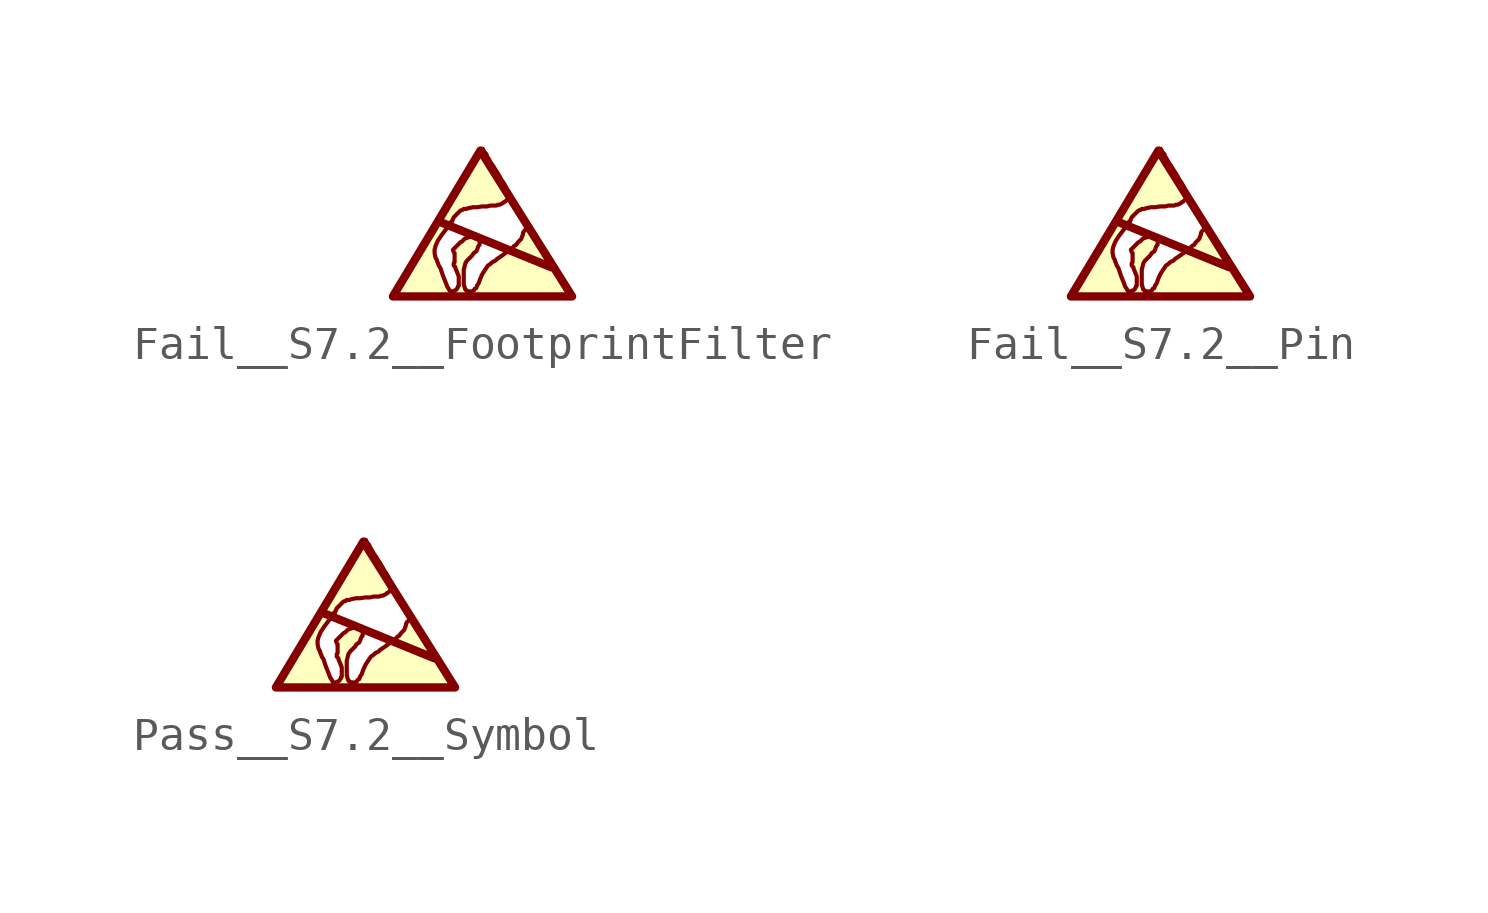
<source format=kicad_sym>
(kicad_symbol_lib
  (version 20231120)
  (generator "kicad_symbol_editor")
  (generator_version "8.0")
  (symbol "Fail__S7.2__FootprintFilter"
    (pin_names
      (offset 1.016))
    (property "Reference" "#SYM"
      (at 0 3.556 0)
      (effects (font (size 1.27 1.27)) (hide yes)))
    (symbol "Fail__S7.2__FootprintFilter_0_0"
      (polyline (pts (xy -1.27 0.381) (xy 2.159 -1.016)) (stroke (width 0.254) (type default)) (fill (type none)))
      (polyline (pts (xy -2.667 -1.905) (xy 2.794 -1.905) (xy 0 2.54) (xy -2.667 -1.905)) (stroke (width 0.254) (type default)) (fill (type none)))
      (polyline (pts (xy 2.743 -1.905) (xy 2.718 -1.88) (xy 2.616 -1.676) (xy 2.565 -1.6) (xy 2.489 -1.499) (xy 2.438 -1.372) (xy 1.753 -0.229) (xy 1.702 -0.127) (xy 1.626 -0.051) (xy 1.6 0.051) (xy 1.549 0.102) (xy 1.499 0.203) (xy 1.473 0.229) (xy 1.473 0.203) (xy 1.448 0.203) (xy 1.321 0.076) (xy 1.295 0.025) (xy 1.295 -0.025) (xy 1.27 -0.076) (xy 1.245 -0.152) (xy 1.143 -0.254) (xy 1.092 -0.33) (xy 1.041 -0.356) (xy 0.914 -0.483) (xy 0.762 -0.584) (xy 0.66 -0.66) (xy 0.508 -0.762) (xy 0.457 -0.813) (xy 0.356 -0.864) (xy 0.305 -0.914) (xy 0.229 -0.965) (xy 0.076 -1.194) (xy 0.025 -1.295) (xy -0.025 -1.422) (xy -0.051 -1.499) (xy -0.102 -1.575) (xy -0.127 -1.651) (xy -0.178 -1.676) (xy -0.203 -1.727) (xy -0.254 -1.753) (xy -0.406 -1.753) (xy -0.406 -1.727) (xy -0.457 -1.702) (xy -0.483 -1.626) (xy -0.508 -1.524) (xy -0.508 -1.092) (xy -0.457 -0.889) (xy -0.406 -0.813) (xy -0.254 -0.66) (xy -0.203 -0.584) (xy -0.127 -0.533) (xy -0.102 -0.483) (xy -0.076 -0.406) (xy -0.051 -0.356) (xy -0.025 -0.33) (xy -0.025 -0.279) (xy 0 -0.229) (xy -0.076 -0.152) (xy -0.127 -0.127) (xy -0.152 -0.076) (xy -0.203 -0.051) (xy -0.229 -0.025) (xy -0.254 -0.025) (xy -0.305 -0.076) (xy -0.356 -0.102) (xy -0.432 -0.127) (xy -0.483 -0.152) (xy -0.559 -0.229) (xy -0.61 -0.254) (xy -0.838 -0.483) (xy -0.813 -0.559) (xy -0.787 -0.584) (xy -0.787 -0.864) (xy -0.813 -0.889) (xy -0.813 -0.965) (xy -0.762 -1.016) (xy -0.762 -1.041) (xy -0.66 -1.295) (xy -0.66 -1.575) (xy -0.686 -1.6) (xy -0.686 -1.626) (xy -0.737 -1.702) (xy -0.838 -1.753) (xy -0.914 -1.753) (xy -0.94 -1.727) (xy -0.965 -1.676) (xy -1.016 -1.6) (xy -1.041 -1.524) (xy -1.143 -1.27) (xy -1.219 -1.041) (xy -1.27 -0.965) (xy -1.295 -0.889) (xy -1.321 -0.838) (xy -1.321 -0.813) (xy -1.372 -0.711) (xy -1.397 -0.584) (xy -1.397 -0.483) (xy -1.372 -0.381) (xy -1.321 -0.254) (xy -1.295 -0.203) (xy -1.194 -0.051) (xy -1.041 0.152) (xy -0.991 0.203) (xy -0.965 0.254) (xy -0.914 0.33) (xy -0.889 0.381) (xy -0.864 0.381) (xy -0.813 0.508) (xy -0.61 0.711) (xy -0.533 0.737) (xy -0.508 0.762) (xy -0.432 0.762) (xy -0.356 0.787) (xy -0.229 0.813) (xy -0.102 0.813) (xy 0.051 0.838) (xy 0.203 0.838) (xy 0.305 0.864) (xy 0.483 0.864) (xy 0.533 0.889) (xy 0.584 0.889) (xy 0.686 0.94) (xy 0.711 0.965) (xy 0.762 0.991) (xy 0.813 1.041) (xy 0.864 1.067) (xy 0.889 1.118) (xy 0.914 1.143) (xy 0.914 1.194) (xy 0.889 1.219) (xy 0.864 1.27) (xy 0.813 1.346) (xy 0.711 1.549) (xy 0.635 1.651) (xy 0.584 1.753) (xy 0.508 1.88) (xy 0.457 1.956) (xy 0.381 2.083) (xy 0.305 2.184) (xy 0.254 2.286) (xy 0.203 2.362) (xy 0.178 2.438) (xy 0.102 2.515) (xy 0.102 2.54) (xy 0.076 2.565) (xy 0.076 2.591) (xy 0.025 2.591) (xy 0.025 2.565) (xy -0.025 2.515) (xy -0.102 2.362) (xy -0.254 2.134) (xy -0.305 2.032) (xy -0.457 1.778) (xy -0.559 1.626) (xy -0.762 1.27) (xy -0.889 1.067) (xy -1.016 0.838) (xy -1.168 0.61) (xy -1.321 0.33) (xy -1.397 0.203) (xy -1.524 -0.025) (xy -1.778 -0.432) (xy -1.88 -0.635) (xy -2.007 -0.813) (xy -2.108 -0.991) (xy -2.21 -1.143) (xy -2.286 -1.295) (xy -2.438 -1.549) (xy -2.489 -1.651) (xy -2.565 -1.753) (xy -2.591 -1.829) (xy -2.616 -1.88) (xy -2.642 -1.905) (xy -2.642 -1.93) (xy 2.743 -1.93) (xy 2.743 -1.905)) (stroke (width 0.127) (type default)) (fill (type background)))))
  (symbol "Fail__S7.2__Pin"
    (pin_names
      (offset 1.016))
    (property "Reference" "#SYM"
      (at 0 3.556 0)
      (effects (font (size 1.27 1.27)) (hide yes)))
    (symbol "Fail__S7.2__Pin_0_0"
      (polyline (pts (xy -1.27 0.381) (xy 2.159 -1.016)) (stroke (width 0.254) (type default)) (fill (type none)))
      (polyline (pts (xy -2.667 -1.905) (xy 2.794 -1.905) (xy 0 2.54) (xy -2.667 -1.905)) (stroke (width 0.254) (type default)) (fill (type none)))
      (polyline (pts (xy 2.743 -1.905) (xy 2.718 -1.88) (xy 2.616 -1.676) (xy 2.565 -1.6) (xy 2.489 -1.499) (xy 2.438 -1.372) (xy 1.753 -0.229) (xy 1.702 -0.127) (xy 1.626 -0.051) (xy 1.6 0.051) (xy 1.549 0.102) (xy 1.499 0.203) (xy 1.473 0.229) (xy 1.473 0.203) (xy 1.448 0.203) (xy 1.321 0.076) (xy 1.295 0.025) (xy 1.295 -0.025) (xy 1.27 -0.076) (xy 1.245 -0.152) (xy 1.143 -0.254) (xy 1.092 -0.33) (xy 1.041 -0.356) (xy 0.914 -0.483) (xy 0.762 -0.584) (xy 0.66 -0.66) (xy 0.508 -0.762) (xy 0.457 -0.813) (xy 0.356 -0.864) (xy 0.305 -0.914) (xy 0.229 -0.965) (xy 0.076 -1.194) (xy 0.025 -1.295) (xy -0.025 -1.422) (xy -0.051 -1.499) (xy -0.102 -1.575) (xy -0.127 -1.651) (xy -0.178 -1.676) (xy -0.203 -1.727) (xy -0.254 -1.753) (xy -0.406 -1.753) (xy -0.406 -1.727) (xy -0.457 -1.702) (xy -0.483 -1.626) (xy -0.508 -1.524) (xy -0.508 -1.092) (xy -0.457 -0.889) (xy -0.406 -0.813) (xy -0.254 -0.66) (xy -0.203 -0.584) (xy -0.127 -0.533) (xy -0.102 -0.483) (xy -0.076 -0.406) (xy -0.051 -0.356) (xy -0.025 -0.33) (xy -0.025 -0.279) (xy 0 -0.229) (xy -0.076 -0.152) (xy -0.127 -0.127) (xy -0.152 -0.076) (xy -0.203 -0.051) (xy -0.229 -0.025) (xy -0.254 -0.025) (xy -0.305 -0.076) (xy -0.356 -0.102) (xy -0.432 -0.127) (xy -0.483 -0.152) (xy -0.559 -0.229) (xy -0.61 -0.254) (xy -0.838 -0.483) (xy -0.813 -0.559) (xy -0.787 -0.584) (xy -0.787 -0.864) (xy -0.813 -0.889) (xy -0.813 -0.965) (xy -0.762 -1.016) (xy -0.762 -1.041) (xy -0.66 -1.295) (xy -0.66 -1.575) (xy -0.686 -1.6) (xy -0.686 -1.626) (xy -0.737 -1.702) (xy -0.838 -1.753) (xy -0.914 -1.753) (xy -0.94 -1.727) (xy -0.965 -1.676) (xy -1.016 -1.6) (xy -1.041 -1.524) (xy -1.143 -1.27) (xy -1.219 -1.041) (xy -1.27 -0.965) (xy -1.295 -0.889) (xy -1.321 -0.838) (xy -1.321 -0.813) (xy -1.372 -0.711) (xy -1.397 -0.584) (xy -1.397 -0.483) (xy -1.372 -0.381) (xy -1.321 -0.254) (xy -1.295 -0.203) (xy -1.194 -0.051) (xy -1.041 0.152) (xy -0.991 0.203) (xy -0.965 0.254) (xy -0.914 0.33) (xy -0.889 0.381) (xy -0.864 0.381) (xy -0.813 0.508) (xy -0.61 0.711) (xy -0.533 0.737) (xy -0.508 0.762) (xy -0.432 0.762) (xy -0.356 0.787) (xy -0.229 0.813) (xy -0.102 0.813) (xy 0.051 0.838) (xy 0.203 0.838) (xy 0.305 0.864) (xy 0.483 0.864) (xy 0.533 0.889) (xy 0.584 0.889) (xy 0.686 0.94) (xy 0.711 0.965) (xy 0.762 0.991) (xy 0.813 1.041) (xy 0.864 1.067) (xy 0.889 1.118) (xy 0.914 1.143) (xy 0.914 1.194) (xy 0.889 1.219) (xy 0.864 1.27) (xy 0.813 1.346) (xy 0.711 1.549) (xy 0.635 1.651) (xy 0.584 1.753) (xy 0.508 1.88) (xy 0.457 1.956) (xy 0.381 2.083) (xy 0.305 2.184) (xy 0.254 2.286) (xy 0.203 2.362) (xy 0.178 2.438) (xy 0.102 2.515) (xy 0.102 2.54) (xy 0.076 2.565) (xy 0.076 2.591) (xy 0.025 2.591) (xy 0.025 2.565) (xy -0.025 2.515) (xy -0.102 2.362) (xy -0.254 2.134) (xy -0.305 2.032) (xy -0.457 1.778) (xy -0.559 1.626) (xy -0.762 1.27) (xy -0.889 1.067) (xy -1.016 0.838) (xy -1.168 0.61) (xy -1.321 0.33) (xy -1.397 0.203) (xy -1.524 -0.025) (xy -1.778 -0.432) (xy -1.88 -0.635) (xy -2.007 -0.813) (xy -2.108 -0.991) (xy -2.21 -1.143) (xy -2.286 -1.295) (xy -2.438 -1.549) (xy -2.489 -1.651) (xy -2.565 -1.753) (xy -2.591 -1.829) (xy -2.616 -1.88) (xy -2.642 -1.905) (xy -2.642 -1.93) (xy 2.743 -1.93) (xy 2.743 -1.905)) (stroke (width 0.127) (type default)) (fill (type background))))
    (symbol "Fail__S7.2__Pin_1_1"
      (pin power_in line (at 0 0 90) (length 0) hide (name "A" (effects (font (size 1.27 1.27)))) (number "1" (effects (font (size 1.27 1.27)))))))
  (symbol "Pass__S7.2__Symbol"
    (pin_names
      (offset 1.016))
    (property "Reference" "#SYM"
      (at 0 3.556 0)
      (effects (font (size 1.27 1.27)) (hide yes)))
    (symbol "Pass__S7.2__Symbol_0_0"
      (polyline (pts (xy -1.27 0.381) (xy 2.159 -1.016)) (stroke (width 0.254) (type default)) (fill (type none)))
      (polyline (pts (xy -2.667 -1.905) (xy 2.794 -1.905) (xy 0 2.54) (xy -2.667 -1.905)) (stroke (width 0.254) (type default)) (fill (type none)))
      (polyline (pts (xy 2.743 -1.905) (xy 2.718 -1.88) (xy 2.616 -1.676) (xy 2.565 -1.6) (xy 2.489 -1.499) (xy 2.438 -1.372) (xy 1.753 -0.229) (xy 1.702 -0.127) (xy 1.626 -0.051) (xy 1.6 0.051) (xy 1.549 0.102) (xy 1.499 0.203) (xy 1.473 0.229) (xy 1.473 0.203) (xy 1.448 0.203) (xy 1.321 0.076) (xy 1.295 0.025) (xy 1.295 -0.025) (xy 1.27 -0.076) (xy 1.245 -0.152) (xy 1.143 -0.254) (xy 1.092 -0.33) (xy 1.041 -0.356) (xy 0.914 -0.483) (xy 0.762 -0.584) (xy 0.66 -0.66) (xy 0.508 -0.762) (xy 0.457 -0.813) (xy 0.356 -0.864) (xy 0.305 -0.914) (xy 0.229 -0.965) (xy 0.076 -1.194) (xy 0.025 -1.295) (xy -0.025 -1.422) (xy -0.051 -1.499) (xy -0.102 -1.575) (xy -0.127 -1.651) (xy -0.178 -1.676) (xy -0.203 -1.727) (xy -0.254 -1.753) (xy -0.406 -1.753) (xy -0.406 -1.727) (xy -0.457 -1.702) (xy -0.483 -1.626) (xy -0.508 -1.524) (xy -0.508 -1.092) (xy -0.457 -0.889) (xy -0.406 -0.813) (xy -0.254 -0.66) (xy -0.203 -0.584) (xy -0.127 -0.533) (xy -0.102 -0.483) (xy -0.076 -0.406) (xy -0.051 -0.356) (xy -0.025 -0.33) (xy -0.025 -0.279) (xy 0 -0.229) (xy -0.076 -0.152) (xy -0.127 -0.127) (xy -0.152 -0.076) (xy -0.203 -0.051) (xy -0.229 -0.025) (xy -0.254 -0.025) (xy -0.305 -0.076) (xy -0.356 -0.102) (xy -0.432 -0.127) (xy -0.483 -0.152) (xy -0.559 -0.229) (xy -0.61 -0.254) (xy -0.838 -0.483) (xy -0.813 -0.559) (xy -0.787 -0.584) (xy -0.787 -0.864) (xy -0.813 -0.889) (xy -0.813 -0.965) (xy -0.762 -1.016) (xy -0.762 -1.041) (xy -0.66 -1.295) (xy -0.66 -1.575) (xy -0.686 -1.6) (xy -0.686 -1.626) (xy -0.737 -1.702) (xy -0.838 -1.753) (xy -0.914 -1.753) (xy -0.94 -1.727) (xy -0.965 -1.676) (xy -1.016 -1.6) (xy -1.041 -1.524) (xy -1.143 -1.27) (xy -1.219 -1.041) (xy -1.27 -0.965) (xy -1.295 -0.889) (xy -1.321 -0.838) (xy -1.321 -0.813) (xy -1.372 -0.711) (xy -1.397 -0.584) (xy -1.397 -0.483) (xy -1.372 -0.381) (xy -1.321 -0.254) (xy -1.295 -0.203) (xy -1.194 -0.051) (xy -1.041 0.152) (xy -0.991 0.203) (xy -0.965 0.254) (xy -0.914 0.33) (xy -0.889 0.381) (xy -0.864 0.381) (xy -0.813 0.508) (xy -0.61 0.711) (xy -0.533 0.737) (xy -0.508 0.762) (xy -0.432 0.762) (xy -0.356 0.787) (xy -0.229 0.813) (xy -0.102 0.813) (xy 0.051 0.838) (xy 0.203 0.838) (xy 0.305 0.864) (xy 0.483 0.864) (xy 0.533 0.889) (xy 0.584 0.889) (xy 0.686 0.94) (xy 0.711 0.965) (xy 0.762 0.991) (xy 0.813 1.041) (xy 0.864 1.067) (xy 0.889 1.118) (xy 0.914 1.143) (xy 0.914 1.194) (xy 0.889 1.219) (xy 0.864 1.27) (xy 0.813 1.346) (xy 0.711 1.549) (xy 0.635 1.651) (xy 0.584 1.753) (xy 0.508 1.88) (xy 0.457 1.956) (xy 0.381 2.083) (xy 0.305 2.184) (xy 0.254 2.286) (xy 0.203 2.362) (xy 0.178 2.438) (xy 0.102 2.515) (xy 0.102 2.54) (xy 0.076 2.565) (xy 0.076 2.591) (xy 0.025 2.591) (xy 0.025 2.565) (xy -0.025 2.515) (xy -0.102 2.362) (xy -0.254 2.134) (xy -0.305 2.032) (xy -0.457 1.778) (xy -0.559 1.626) (xy -0.762 1.27) (xy -0.889 1.067) (xy -1.016 0.838) (xy -1.168 0.61) (xy -1.321 0.33) (xy -1.397 0.203) (xy -1.524 -0.025) (xy -1.778 -0.432) (xy -1.88 -0.635) (xy -2.007 -0.813) (xy -2.108 -0.991) (xy -2.21 -1.143) (xy -2.286 -1.295) (xy -2.438 -1.549) (xy -2.489 -1.651) (xy -2.565 -1.753) (xy -2.591 -1.829) (xy -2.616 -1.88) (xy -2.642 -1.905) (xy -2.642 -1.93) (xy 2.743 -1.93) (xy 2.743 -1.905)) (stroke (width 0.127) (type default)) (fill (type background))))))
</source>
